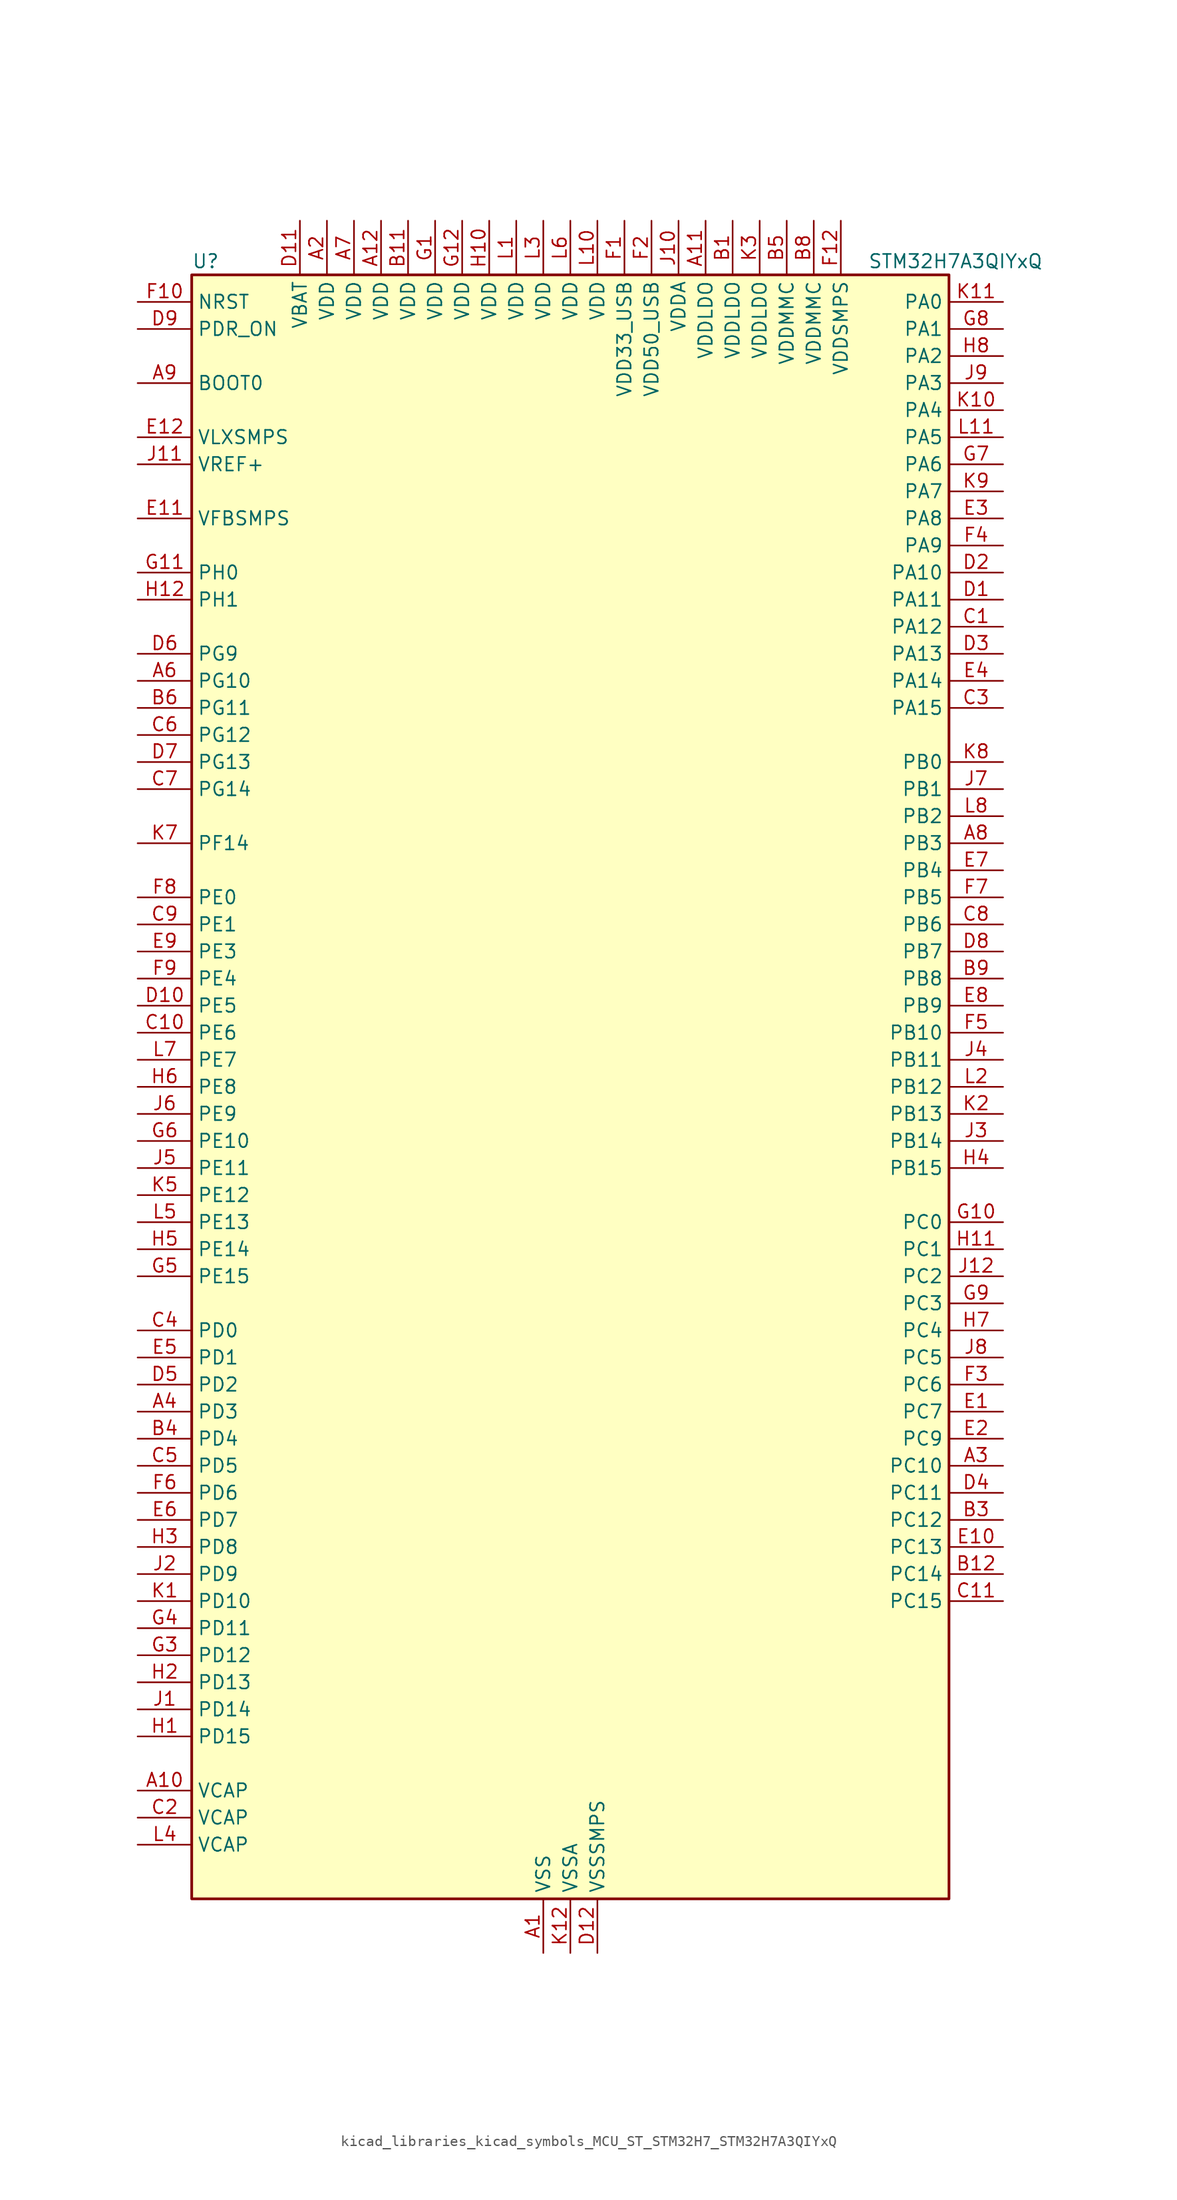
<source format=kicad_sym>
(kicad_symbol_lib
  (version 20220914)
  (generator kicad_symbol_editor)
  (symbol "kicad_libraries_kicad_symbols_MCU_ST_STM32H7_STM32H7A3QIYxQ"
    (property "Reference" "U"
      (at -35.56 77.47 0)
      (effects (font (size 1.27 1.27)) (justify left)))
    (property "Value" "STM32H7A3QIYxQ"
      (at 27.94 77.47 0)
      (effects (font (size 1.27 1.27)) (justify left)))
    (property "ki_locked" ""
      (at 0 0 0)
      (effects (font (size 1.27 1.27))))
    (symbol "kicad_libraries_kicad_symbols_MCU_ST_STM32H7_STM32H7A3QIYxQ_0_1"
      (rectangle (start -35.56 -76.2) (end 35.56 76.2) (stroke (width 0.254) (type default)) (fill (type background))))
    (symbol "kicad_libraries_kicad_symbols_MCU_ST_STM32H7_STM32H7A3QIYxQ_1_1"
      (pin power_in line (at -2.54 -81.28 90) (length 5.08) (name "VSS" (effects (font (size 1.27 1.27)))) (number "A1" (effects (font (size 1.27 1.27)))))
      (pin power_out line (at -40.64 -66.04 0) (length 5.08) (name "VCAP" (effects (font (size 1.27 1.27)))) (number "A10" (effects (font (size 1.27 1.27)))))
      (pin power_in line (at 12.7 81.28 270) (length 5.08) (name "VDDLDO" (effects (font (size 1.27 1.27)))) (number "A11" (effects (font (size 1.27 1.27)))))
      (pin power_in line (at -17.78 81.28 270) (length 5.08) (name "VDD" (effects (font (size 1.27 1.27)))) (number "A12" (effects (font (size 1.27 1.27)))))
      (pin power_in line (at -22.86 81.28 270) (length 5.08) (name "VDD" (effects (font (size 1.27 1.27)))) (number "A2" (effects (font (size 1.27 1.27)))))
      (pin bidirectional line (at 40.64 -35.56 180) (length 5.08) (name "PC10" (effects (font (size 1.27 1.27)))) (number "A3" (effects (font (size 1.27 1.27)))) (alternate "DCMI_D8" bidirectional line) (alternate "DFSDM1_CKIN5" bidirectional line) (alternate "DFSDM2_CKIN0" bidirectional line) (alternate "I2S3_CK" bidirectional line) (alternate "LTDC_B1" bidirectional line) (alternate "LTDC_R2" bidirectional line) (alternate "OCTOSPIM_P1_IO1" bidirectional line) (alternate "PSSI_D8" bidirectional line) (alternate "SDMMC1_D2" bidirectional line) (alternate "SPI3_SCK" bidirectional line) (alternate "SWPMI1_RX" bidirectional line) (alternate "UART4_TX" bidirectional line) (alternate "USART3_TX" bidirectional line))
      (pin bidirectional line (at -40.64 -30.48 0) (length 5.08) (name "PD3" (effects (font (size 1.27 1.27)))) (number "A4" (effects (font (size 1.27 1.27)))) (alternate "DCMI_D5" bidirectional line) (alternate "DFSDM1_CKOUT" bidirectional line) (alternate "FMC_CLK" bidirectional line) (alternate "I2S2_CK" bidirectional line) (alternate "LTDC_G7" bidirectional line) (alternate "PSSI_D5" bidirectional line) (alternate "SPI2_SCK" bidirectional line) (alternate "USART2_CTS" bidirectional line) (alternate "USART2_NSS" bidirectional line))
      (pin passive line (at -2.54 -81.28 90) (length 5.08) hide (name "VSS" (effects (font (size 1.27 1.27)))) (number "A5" (effects (font (size 1.27 1.27)))))
      (pin bidirectional line (at -40.64 38.1 0) (length 5.08) (name "PG10" (effects (font (size 1.27 1.27)))) (number "A6" (effects (font (size 1.27 1.27)))) (alternate "DCMI_D2" bidirectional line) (alternate "FMC_NE3" bidirectional line) (alternate "I2S1_WS" bidirectional line) (alternate "LTDC_B2" bidirectional line) (alternate "LTDC_G3" bidirectional line) (alternate "OCTOSPIM_P2_IO6" bidirectional line) (alternate "PSSI_D2" bidirectional line) (alternate "SAI2_SD_B" bidirectional line) (alternate "SDMMC2_D1" bidirectional line) (alternate "SPI1_NSS" bidirectional line))
      (pin power_in line (at -20.32 81.28 270) (length 5.08) (name "VDD" (effects (font (size 1.27 1.27)))) (number "A7" (effects (font (size 1.27 1.27)))))
      (pin bidirectional line (at 40.64 22.86 180) (length 5.08) (name "PB3" (effects (font (size 1.27 1.27)))) (number "A8" (effects (font (size 1.27 1.27)))) (alternate "CRS_SYNC" bidirectional line) (alternate "DEBUG_JTDO-SWO" bidirectional line) (alternate "I2S1_CK" bidirectional line) (alternate "I2S3_CK" bidirectional line) (alternate "I2S6_CK" bidirectional line) (alternate "SDMMC2_D2" bidirectional line) (alternate "SPI1_SCK" bidirectional line) (alternate "SPI3_SCK" bidirectional line) (alternate "SPI6_SCK" bidirectional line) (alternate "TIM2_CH2" bidirectional line) (alternate "UART7_RX" bidirectional line))
      (pin input line (at -40.64 66.04 0) (length 5.08) (name "BOOT0" (effects (font (size 1.27 1.27)))) (number "A9" (effects (font (size 1.27 1.27)))))
      (pin power_in line (at 15.24 81.28 270) (length 5.08) (name "VDDLDO" (effects (font (size 1.27 1.27)))) (number "B1" (effects (font (size 1.27 1.27)))))
      (pin passive line (at -2.54 -81.28 90) (length 5.08) hide (name "VSS" (effects (font (size 1.27 1.27)))) (number "B10" (effects (font (size 1.27 1.27)))))
      (pin power_in line (at -15.24 81.28 270) (length 5.08) (name "VDD" (effects (font (size 1.27 1.27)))) (number "B11" (effects (font (size 1.27 1.27)))))
      (pin bidirectional line (at 40.64 -45.72 180) (length 5.08) (name "PC14" (effects (font (size 1.27 1.27)))) (number "B12" (effects (font (size 1.27 1.27)))) (alternate "RCC_OSC32_IN" bidirectional line))
      (pin passive line (at -2.54 -81.28 90) (length 5.08) hide (name "VSS" (effects (font (size 1.27 1.27)))) (number "B2" (effects (font (size 1.27 1.27)))))
      (pin bidirectional line (at 40.64 -40.64 180) (length 5.08) (name "PC12" (effects (font (size 1.27 1.27)))) (number "B3" (effects (font (size 1.27 1.27)))) (alternate "DCMI_D9" bidirectional line) (alternate "DEBUG_TRACED3" bidirectional line) (alternate "DFSDM2_CKOUT" bidirectional line) (alternate "I2S3_SDO" bidirectional line) (alternate "I2S6_CK" bidirectional line) (alternate "LTDC_R6" bidirectional line) (alternate "PSSI_D9" bidirectional line) (alternate "SDMMC1_CK" bidirectional line) (alternate "SPI3_MOSI" bidirectional line) (alternate "SPI6_SCK" bidirectional line) (alternate "TIM15_CH1" bidirectional line) (alternate "UART5_TX" bidirectional line) (alternate "USART3_CK" bidirectional line))
      (pin bidirectional line (at -40.64 -33.02 0) (length 5.08) (name "PD4" (effects (font (size 1.27 1.27)))) (number "B4" (effects (font (size 1.27 1.27)))) (alternate "FMC_NOE" bidirectional line) (alternate "OCTOSPIM_P1_IO4" bidirectional line) (alternate "USART2_DE" bidirectional line) (alternate "USART2_RTS" bidirectional line))
      (pin power_in line (at 20.32 81.28 270) (length 5.08) (name "VDDMMC" (effects (font (size 1.27 1.27)))) (number "B5" (effects (font (size 1.27 1.27)))))
      (pin bidirectional line (at -40.64 35.56 0) (length 5.08) (name "PG11" (effects (font (size 1.27 1.27)))) (number "B6" (effects (font (size 1.27 1.27)))) (alternate "ADC1_EXTI11" bidirectional line) (alternate "ADC2_EXTI11" bidirectional line) (alternate "DCMI_D3" bidirectional line) (alternate "I2S1_CK" bidirectional line) (alternate "LPTIM1_IN2" bidirectional line) (alternate "LTDC_B3" bidirectional line) (alternate "OCTOSPIM_P2_IO7" bidirectional line) (alternate "PSSI_D3" bidirectional line) (alternate "SDMMC2_D2" bidirectional line) (alternate "SPDIFRX_IN0" bidirectional line) (alternate "SPI1_SCK" bidirectional line) (alternate "USART10_RX" bidirectional line))
      (pin passive line (at -2.54 -81.28 90) (length 5.08) hide (name "VSS" (effects (font (size 1.27 1.27)))) (number "B7" (effects (font (size 1.27 1.27)))))
      (pin power_in line (at 22.86 81.28 270) (length 5.08) (name "VDDMMC" (effects (font (size 1.27 1.27)))) (number "B8" (effects (font (size 1.27 1.27)))))
      (pin bidirectional line (at 40.64 10.16 180) (length 5.08) (name "PB8" (effects (font (size 1.27 1.27)))) (number "B9" (effects (font (size 1.27 1.27)))) (alternate "DCMI_D6" bidirectional line) (alternate "DFSDM1_CKIN7" bidirectional line) (alternate "FDCAN1_RX" bidirectional line) (alternate "I2C1_SCL" bidirectional line) (alternate "I2C4_SCL" bidirectional line) (alternate "LTDC_B6" bidirectional line) (alternate "PSSI_D6" bidirectional line) (alternate "SDMMC1_CKIN" bidirectional line) (alternate "SDMMC1_D4" bidirectional line) (alternate "SDMMC2_D4" bidirectional line) (alternate "TIM16_CH1" bidirectional line) (alternate "TIM4_CH3" bidirectional line) (alternate "UART4_RX" bidirectional line))
      (pin bidirectional line (at 40.64 43.18 180) (length 5.08) (name "PA12" (effects (font (size 1.27 1.27)))) (number "C1" (effects (font (size 1.27 1.27)))) (alternate "FDCAN1_TX" bidirectional line) (alternate "I2S2_CK" bidirectional line) (alternate "LPUART1_DE" bidirectional line) (alternate "LPUART1_RTS" bidirectional line) (alternate "LTDC_R5" bidirectional line) (alternate "SAI2_FS_B" bidirectional line) (alternate "SPI2_SCK" bidirectional line) (alternate "TIM1_ETR" bidirectional line) (alternate "UART4_TX" bidirectional line) (alternate "USART1_DE" bidirectional line) (alternate "USART1_RTS" bidirectional line) (alternate "USB_OTG_HS_DP" bidirectional line))
      (pin bidirectional line (at -40.64 5.08 0) (length 5.08) (name "PE6" (effects (font (size 1.27 1.27)))) (number "C10" (effects (font (size 1.27 1.27)))) (alternate "DCMI_D7" bidirectional line) (alternate "DEBUG_TRACED3" bidirectional line) (alternate "FMC_A22" bidirectional line) (alternate "LTDC_G1" bidirectional line) (alternate "PSSI_D7" bidirectional line) (alternate "SAI1_D1" bidirectional line) (alternate "SAI1_SD_A" bidirectional line) (alternate "SAI2_MCLK_B" bidirectional line) (alternate "SPI4_MOSI" bidirectional line) (alternate "TIM15_CH2" bidirectional line) (alternate "TIM1_BKIN2" bidirectional line) (alternate "TIM1_BKIN2_COMP1" bidirectional line) (alternate "TIM1_BKIN2_COMP2" bidirectional line))
      (pin bidirectional line (at 40.64 -48.26 180) (length 5.08) (name "PC15" (effects (font (size 1.27 1.27)))) (number "C11" (effects (font (size 1.27 1.27)))) (alternate "ADC1_EXTI15" bidirectional line) (alternate "ADC2_EXTI15" bidirectional line) (alternate "RCC_OSC32_OUT" bidirectional line))
      (pin passive line (at -2.54 -81.28 90) (length 5.08) hide (name "VSS" (effects (font (size 1.27 1.27)))) (number "C12" (effects (font (size 1.27 1.27)))))
      (pin power_out line (at -40.64 -68.58 0) (length 5.08) (name "VCAP" (effects (font (size 1.27 1.27)))) (number "C2" (effects (font (size 1.27 1.27)))))
      (pin bidirectional line (at 40.64 35.56 180) (length 5.08) (name "PA15" (effects (font (size 1.27 1.27)))) (number "C3" (effects (font (size 1.27 1.27)))) (alternate "ADC1_EXTI15" bidirectional line) (alternate "ADC2_EXTI15" bidirectional line) (alternate "CEC" bidirectional line) (alternate "DEBUG_JTDI" bidirectional line) (alternate "I2S1_WS" bidirectional line) (alternate "I2S3_WS" bidirectional line) (alternate "I2S6_WS" bidirectional line) (alternate "LTDC_B6" bidirectional line) (alternate "LTDC_R3" bidirectional line) (alternate "SPI1_NSS" bidirectional line) (alternate "SPI3_NSS" bidirectional line) (alternate "SPI6_NSS" bidirectional line) (alternate "TIM2_CH1" bidirectional line) (alternate "TIM2_ETR" bidirectional line) (alternate "UART4_DE" bidirectional line) (alternate "UART4_RTS" bidirectional line) (alternate "UART7_TX" bidirectional line))
      (pin bidirectional line (at -40.64 -22.86 0) (length 5.08) (name "PD0" (effects (font (size 1.27 1.27)))) (number "C4" (effects (font (size 1.27 1.27)))) (alternate "DFSDM1_CKIN6" bidirectional line) (alternate "FDCAN1_RX" bidirectional line) (alternate "FMC_D2" bidirectional line) (alternate "FMC_DA2" bidirectional line) (alternate "LTDC_B1" bidirectional line) (alternate "UART4_RX" bidirectional line) (alternate "UART9_CTS" bidirectional line))
      (pin bidirectional line (at -40.64 -35.56 0) (length 5.08) (name "PD5" (effects (font (size 1.27 1.27)))) (number "C5" (effects (font (size 1.27 1.27)))) (alternate "FMC_NWE" bidirectional line) (alternate "OCTOSPIM_P1_IO5" bidirectional line) (alternate "USART2_TX" bidirectional line))
      (pin bidirectional line (at -40.64 33.02 0) (length 5.08) (name "PG12" (effects (font (size 1.27 1.27)))) (number "C6" (effects (font (size 1.27 1.27)))) (alternate "FMC_NE4" bidirectional line) (alternate "I2S6_SDI" bidirectional line) (alternate "LPTIM1_IN1" bidirectional line) (alternate "LTDC_B1" bidirectional line) (alternate "LTDC_B4" bidirectional line) (alternate "OCTOSPIM_P2_NCS" bidirectional line) (alternate "SDMMC2_D3" bidirectional line) (alternate "SPDIFRX_IN1" bidirectional line) (alternate "SPI6_MISO" bidirectional line) (alternate "USART10_TX" bidirectional line) (alternate "USART6_DE" bidirectional line) (alternate "USART6_RTS" bidirectional line))
      (pin bidirectional line (at -40.64 27.94 0) (length 5.08) (name "PG14" (effects (font (size 1.27 1.27)))) (number "C7" (effects (font (size 1.27 1.27)))) (alternate "DEBUG_TRACED1" bidirectional line) (alternate "FMC_A25" bidirectional line) (alternate "I2S6_SDO" bidirectional line) (alternate "LPTIM1_ETR" bidirectional line) (alternate "LTDC_B0" bidirectional line) (alternate "OCTOSPIM_P1_IO7" bidirectional line) (alternate "SDMMC2_D7" bidirectional line) (alternate "SPI6_MOSI" bidirectional line) (alternate "USART10_DE" bidirectional line) (alternate "USART10_RTS" bidirectional line) (alternate "USART6_TX" bidirectional line))
      (pin bidirectional line (at 40.64 15.24 180) (length 5.08) (name "PB6" (effects (font (size 1.27 1.27)))) (number "C8" (effects (font (size 1.27 1.27)))) (alternate "CEC" bidirectional line) (alternate "DCMI_D5" bidirectional line) (alternate "DFSDM1_DATIN5" bidirectional line) (alternate "FDCAN2_TX" bidirectional line) (alternate "FMC_SDNE1" bidirectional line) (alternate "I2C1_SCL" bidirectional line) (alternate "I2C4_SCL" bidirectional line) (alternate "LPUART1_TX" bidirectional line) (alternate "OCTOSPIM_P1_NCS" bidirectional line) (alternate "PSSI_D5" bidirectional line) (alternate "TIM16_CH1N" bidirectional line) (alternate "TIM4_CH1" bidirectional line) (alternate "UART5_TX" bidirectional line) (alternate "USART1_TX" bidirectional line))
      (pin bidirectional line (at -40.64 15.24 0) (length 5.08) (name "PE1" (effects (font (size 1.27 1.27)))) (number "C9" (effects (font (size 1.27 1.27)))) (alternate "DCMI_D3" bidirectional line) (alternate "FMC_NBL1" bidirectional line) (alternate "LPTIM1_IN2" bidirectional line) (alternate "LTDC_R6" bidirectional line) (alternate "PSSI_D3" bidirectional line) (alternate "UART8_TX" bidirectional line))
      (pin bidirectional line (at 40.64 45.72 180) (length 5.08) (name "PA11" (effects (font (size 1.27 1.27)))) (number "D1" (effects (font (size 1.27 1.27)))) (alternate "ADC1_EXTI11" bidirectional line) (alternate "ADC2_EXTI11" bidirectional line) (alternate "FDCAN1_RX" bidirectional line) (alternate "I2S2_WS" bidirectional line) (alternate "LPUART1_CTS" bidirectional line) (alternate "LTDC_R4" bidirectional line) (alternate "SPI2_NSS" bidirectional line) (alternate "TIM1_CH4" bidirectional line) (alternate "UART4_RX" bidirectional line) (alternate "USART1_CTS" bidirectional line) (alternate "USART1_NSS" bidirectional line) (alternate "USB_OTG_HS_DM" bidirectional line))
      (pin bidirectional line (at -40.64 7.62 0) (length 5.08) (name "PE5" (effects (font (size 1.27 1.27)))) (number "D10" (effects (font (size 1.27 1.27)))) (alternate "DCMI_D6" bidirectional line) (alternate "DEBUG_TRACED2" bidirectional line) (alternate "DFSDM1_CKIN3" bidirectional line) (alternate "FMC_A21" bidirectional line) (alternate "LTDC_G0" bidirectional line) (alternate "PSSI_D6" bidirectional line) (alternate "SAI1_CK2" bidirectional line) (alternate "SAI1_SCK_A" bidirectional line) (alternate "SPI4_MISO" bidirectional line) (alternate "TIM15_CH1" bidirectional line))
      (pin power_in line (at -25.4 81.28 270) (length 5.08) (name "VBAT" (effects (font (size 1.27 1.27)))) (number "D11" (effects (font (size 1.27 1.27)))))
      (pin power_in line (at 2.54 -81.28 90) (length 5.08) (name "VSSSMPS" (effects (font (size 1.27 1.27)))) (number "D12" (effects (font (size 1.27 1.27)))))
      (pin bidirectional line (at 40.64 48.26 180) (length 5.08) (name "PA10" (effects (font (size 1.27 1.27)))) (number "D2" (effects (font (size 1.27 1.27)))) (alternate "DCMI_D1" bidirectional line) (alternate "LPUART1_RX" bidirectional line) (alternate "LTDC_B1" bidirectional line) (alternate "LTDC_B4" bidirectional line) (alternate "MDIOS_MDIO" bidirectional line) (alternate "PSSI_D1" bidirectional line) (alternate "TIM1_CH3" bidirectional line) (alternate "USART1_RX" bidirectional line) (alternate "USB_OTG_HS_ID" bidirectional line))
      (pin bidirectional line (at 40.64 40.64 180) (length 5.08) (name "PA13" (effects (font (size 1.27 1.27)))) (number "D3" (effects (font (size 1.27 1.27)))) (alternate "DEBUG_JTMS-SWDIO" bidirectional line))
      (pin bidirectional line (at 40.64 -38.1 180) (length 5.08) (name "PC11" (effects (font (size 1.27 1.27)))) (number "D4" (effects (font (size 1.27 1.27)))) (alternate "ADC1_EXTI11" bidirectional line) (alternate "ADC2_EXTI11" bidirectional line) (alternate "DCMI_D4" bidirectional line) (alternate "DFSDM1_DATIN5" bidirectional line) (alternate "DFSDM2_DATIN0" bidirectional line) (alternate "I2S3_SDI" bidirectional line) (alternate "LTDC_B4" bidirectional line) (alternate "OCTOSPIM_P1_NCS" bidirectional line) (alternate "PSSI_D4" bidirectional line) (alternate "SDMMC1_D3" bidirectional line) (alternate "SPI3_MISO" bidirectional line) (alternate "UART4_RX" bidirectional line) (alternate "USART3_RX" bidirectional line))
      (pin bidirectional line (at -40.64 -27.94 0) (length 5.08) (name "PD2" (effects (font (size 1.27 1.27)))) (number "D5" (effects (font (size 1.27 1.27)))) (alternate "DCMI_D11" bidirectional line) (alternate "DEBUG_TRACED2" bidirectional line) (alternate "LTDC_B2" bidirectional line) (alternate "LTDC_B7" bidirectional line) (alternate "PSSI_D11" bidirectional line) (alternate "SDMMC1_CMD" bidirectional line) (alternate "TIM15_BKIN" bidirectional line) (alternate "TIM3_ETR" bidirectional line) (alternate "UART5_RX" bidirectional line))
      (pin bidirectional line (at -40.64 40.64 0) (length 5.08) (name "PG9" (effects (font (size 1.27 1.27)))) (number "D6" (effects (font (size 1.27 1.27)))) (alternate "DAC1_EXTI9" bidirectional line) (alternate "DCMI_VSYNC" bidirectional line) (alternate "FMC_NCE" bidirectional line) (alternate "FMC_NE2" bidirectional line) (alternate "I2S1_SDI" bidirectional line) (alternate "OCTOSPIM_P1_IO6" bidirectional line) (alternate "PSSI_RDY" bidirectional line) (alternate "SAI2_FS_B" bidirectional line) (alternate "SDMMC2_D0" bidirectional line) (alternate "SPDIFRX_IN3" bidirectional line) (alternate "SPI1_MISO" bidirectional line) (alternate "USART6_RX" bidirectional line))
      (pin bidirectional line (at -40.64 30.48 0) (length 5.08) (name "PG13" (effects (font (size 1.27 1.27)))) (number "D7" (effects (font (size 1.27 1.27)))) (alternate "DEBUG_TRACED0" bidirectional line) (alternate "FMC_A24" bidirectional line) (alternate "I2S6_CK" bidirectional line) (alternate "LPTIM1_OUT" bidirectional line) (alternate "LTDC_R0" bidirectional line) (alternate "SDMMC2_D6" bidirectional line) (alternate "SPI6_SCK" bidirectional line) (alternate "USART10_CTS" bidirectional line) (alternate "USART10_NSS" bidirectional line) (alternate "USART6_CTS" bidirectional line) (alternate "USART6_NSS" bidirectional line))
      (pin bidirectional line (at 40.64 12.7 180) (length 5.08) (name "PB7" (effects (font (size 1.27 1.27)))) (number "D8" (effects (font (size 1.27 1.27)))) (alternate "DCMI_VSYNC" bidirectional line) (alternate "DFSDM1_CKIN5" bidirectional line) (alternate "FMC_NL" bidirectional line) (alternate "I2C1_SDA" bidirectional line) (alternate "I2C4_SDA" bidirectional line) (alternate "LPUART1_RX" bidirectional line) (alternate "PSSI_RDY" bidirectional line) (alternate "PWR_PVD_IN" bidirectional line) (alternate "TIM17_CH1N" bidirectional line) (alternate "TIM4_CH2" bidirectional line) (alternate "USART1_RX" bidirectional line))
      (pin input line (at -40.64 71.12 0) (length 5.08) (name "PDR_ON" (effects (font (size 1.27 1.27)))) (number "D9" (effects (font (size 1.27 1.27)))))
      (pin bidirectional line (at 40.64 -30.48 180) (length 5.08) (name "PC7" (effects (font (size 1.27 1.27)))) (number "E1" (effects (font (size 1.27 1.27)))) (alternate "DCMI_D1" bidirectional line) (alternate "DEBUG_TRGIO" bidirectional line) (alternate "DFSDM1_DATIN3" bidirectional line) (alternate "FMC_NE1" bidirectional line) (alternate "I2S3_MCK" bidirectional line) (alternate "LTDC_G6" bidirectional line) (alternate "PSSI_D1" bidirectional line) (alternate "SDMMC1_D123DIR" bidirectional line) (alternate "SDMMC1_D7" bidirectional line) (alternate "SDMMC2_D7" bidirectional line) (alternate "SWPMI1_TX" bidirectional line) (alternate "TIM3_CH2" bidirectional line) (alternate "TIM8_CH2" bidirectional line) (alternate "USART6_RX" bidirectional line))
      (pin bidirectional line (at 40.64 -43.18 180) (length 5.08) (name "PC13" (effects (font (size 1.27 1.27)))) (number "E10" (effects (font (size 1.27 1.27)))) (alternate "PWR_WKUP4" bidirectional line) (alternate "RTC_OUT_ALARM" bidirectional line) (alternate "RTC_OUT_CALIB" bidirectional line) (alternate "RTC_TAMP1" bidirectional line) (alternate "RTC_TS" bidirectional line))
      (pin input line (at -40.64 53.34 0) (length 5.08) (name "VFBSMPS" (effects (font (size 1.27 1.27)))) (number "E11" (effects (font (size 1.27 1.27)))))
      (pin power_in line (at -40.64 60.96 0) (length 5.08) (name "VLXSMPS" (effects (font (size 1.27 1.27)))) (number "E12" (effects (font (size 1.27 1.27)))))
      (pin bidirectional line (at 40.64 -33.02 180) (length 5.08) (name "PC9" (effects (font (size 1.27 1.27)))) (number "E2" (effects (font (size 1.27 1.27)))) (alternate "DAC1_EXTI9" bidirectional line) (alternate "DCMI_D3" bidirectional line) (alternate "I2C3_SDA" bidirectional line) (alternate "I2S_CKIN" bidirectional line) (alternate "LTDC_B2" bidirectional line) (alternate "LTDC_G3" bidirectional line) (alternate "OCTOSPIM_P1_IO0" bidirectional line) (alternate "PSSI_D3" bidirectional line) (alternate "RCC_MCO_2" bidirectional line) (alternate "SDMMC1_D1" bidirectional line) (alternate "SWPMI1_SUSPEND" bidirectional line) (alternate "TIM3_CH4" bidirectional line) (alternate "TIM8_CH4" bidirectional line) (alternate "UART5_CTS" bidirectional line))
      (pin bidirectional line (at 40.64 53.34 180) (length 5.08) (name "PA8" (effects (font (size 1.27 1.27)))) (number "E3" (effects (font (size 1.27 1.27)))) (alternate "I2C3_SCL" bidirectional line) (alternate "LTDC_B3" bidirectional line) (alternate "LTDC_R6" bidirectional line) (alternate "RCC_MCO_1" bidirectional line) (alternate "TIM1_CH1" bidirectional line) (alternate "TIM8_BKIN2" bidirectional line) (alternate "TIM8_BKIN2_COMP1" bidirectional line) (alternate "TIM8_BKIN2_COMP2" bidirectional line) (alternate "UART7_RX" bidirectional line) (alternate "USART1_CK" bidirectional line) (alternate "USB_OTG_HS_SOF" bidirectional line))
      (pin bidirectional line (at 40.64 38.1 180) (length 5.08) (name "PA14" (effects (font (size 1.27 1.27)))) (number "E4" (effects (font (size 1.27 1.27)))) (alternate "DEBUG_JTCK-SWCLK" bidirectional line))
      (pin bidirectional line (at -40.64 -25.4 0) (length 5.08) (name "PD1" (effects (font (size 1.27 1.27)))) (number "E5" (effects (font (size 1.27 1.27)))) (alternate "DFSDM1_DATIN6" bidirectional line) (alternate "FDCAN1_TX" bidirectional line) (alternate "FMC_D3" bidirectional line) (alternate "FMC_DA3" bidirectional line) (alternate "UART4_TX" bidirectional line))
      (pin bidirectional line (at -40.64 -40.64 0) (length 5.08) (name "PD7" (effects (font (size 1.27 1.27)))) (number "E6" (effects (font (size 1.27 1.27)))) (alternate "DFSDM1_CKIN1" bidirectional line) (alternate "DFSDM1_DATIN4" bidirectional line) (alternate "FMC_NE1" bidirectional line) (alternate "I2S1_SDO" bidirectional line) (alternate "OCTOSPIM_P1_IO7" bidirectional line) (alternate "SDMMC2_CMD" bidirectional line) (alternate "SPDIFRX_IN0" bidirectional line) (alternate "SPI1_MOSI" bidirectional line) (alternate "USART2_CK" bidirectional line))
      (pin bidirectional line (at 40.64 20.32 180) (length 5.08) (name "PB4" (effects (font (size 1.27 1.27)))) (number "E7" (effects (font (size 1.27 1.27)))) (alternate "DEBUG_JTRST" bidirectional line) (alternate "I2S1_SDI" bidirectional line) (alternate "I2S2_WS" bidirectional line) (alternate "I2S3_SDI" bidirectional line) (alternate "I2S6_SDI" bidirectional line) (alternate "SDMMC2_D3" bidirectional line) (alternate "SPI1_MISO" bidirectional line) (alternate "SPI2_NSS" bidirectional line) (alternate "SPI3_MISO" bidirectional line) (alternate "SPI6_MISO" bidirectional line) (alternate "TIM16_BKIN" bidirectional line) (alternate "TIM3_CH1" bidirectional line) (alternate "UART7_TX" bidirectional line))
      (pin bidirectional line (at 40.64 7.62 180) (length 5.08) (name "PB9" (effects (font (size 1.27 1.27)))) (number "E8" (effects (font (size 1.27 1.27)))) (alternate "DAC1_EXTI9" bidirectional line) (alternate "DCMI_D7" bidirectional line) (alternate "DFSDM1_DATIN7" bidirectional line) (alternate "FDCAN1_TX" bidirectional line) (alternate "I2C1_SDA" bidirectional line) (alternate "I2C4_SDA" bidirectional line) (alternate "I2C4_SMBA" bidirectional line) (alternate "I2S2_WS" bidirectional line) (alternate "LTDC_B7" bidirectional line) (alternate "PSSI_D7" bidirectional line) (alternate "SDMMC1_CDIR" bidirectional line) (alternate "SDMMC1_D5" bidirectional line) (alternate "SDMMC2_D5" bidirectional line) (alternate "SPI2_NSS" bidirectional line) (alternate "TIM17_CH1" bidirectional line) (alternate "TIM4_CH4" bidirectional line) (alternate "UART4_TX" bidirectional line))
      (pin bidirectional line (at -40.64 12.7 0) (length 5.08) (name "PE3" (effects (font (size 1.27 1.27)))) (number "E9" (effects (font (size 1.27 1.27)))) (alternate "DEBUG_TRACED0" bidirectional line) (alternate "FMC_A19" bidirectional line) (alternate "SAI1_SD_B" bidirectional line) (alternate "TIM15_BKIN" bidirectional line) (alternate "USART10_TX" bidirectional line))
      (pin power_in line (at 5.08 81.28 270) (length 5.08) (name "VDD33_USB" (effects (font (size 1.27 1.27)))) (number "F1" (effects (font (size 1.27 1.27)))))
      (pin input line (at -40.64 73.66 0) (length 5.08) (name "NRST" (effects (font (size 1.27 1.27)))) (number "F10" (effects (font (size 1.27 1.27)))))
      (pin passive line (at -2.54 -81.28 90) (length 5.08) hide (name "VSS" (effects (font (size 1.27 1.27)))) (number "F11" (effects (font (size 1.27 1.27)))))
      (pin power_in line (at 25.4 81.28 270) (length 5.08) (name "VDDSMPS" (effects (font (size 1.27 1.27)))) (number "F12" (effects (font (size 1.27 1.27)))))
      (pin power_in line (at 7.62 81.28 270) (length 5.08) (name "VDD50_USB" (effects (font (size 1.27 1.27)))) (number "F2" (effects (font (size 1.27 1.27)))))
      (pin bidirectional line (at 40.64 -27.94 180) (length 5.08) (name "PC6" (effects (font (size 1.27 1.27)))) (number "F3" (effects (font (size 1.27 1.27)))) (alternate "DCMI_D0" bidirectional line) (alternate "DFSDM1_CKIN3" bidirectional line) (alternate "FMC_NWAIT" bidirectional line) (alternate "I2S2_MCK" bidirectional line) (alternate "LTDC_HSYNC" bidirectional line) (alternate "PSSI_D0" bidirectional line) (alternate "SDMMC1_D0DIR" bidirectional line) (alternate "SDMMC1_D6" bidirectional line) (alternate "SDMMC2_D6" bidirectional line) (alternate "SWPMI1_IO" bidirectional line) (alternate "TIM3_CH1" bidirectional line) (alternate "TIM8_CH1" bidirectional line) (alternate "USART6_TX" bidirectional line))
      (pin bidirectional line (at 40.64 50.8 180) (length 5.08) (name "PA9" (effects (font (size 1.27 1.27)))) (number "F4" (effects (font (size 1.27 1.27)))) (alternate "DAC1_EXTI9" bidirectional line) (alternate "DCMI_D0" bidirectional line) (alternate "I2C3_SMBA" bidirectional line) (alternate "I2S2_CK" bidirectional line) (alternate "LPUART1_TX" bidirectional line) (alternate "LTDC_R5" bidirectional line) (alternate "PSSI_D0" bidirectional line) (alternate "SPI2_SCK" bidirectional line) (alternate "TIM1_CH2" bidirectional line) (alternate "USART1_TX" bidirectional line) (alternate "USB_OTG_HS_VBUS" bidirectional line))
      (pin bidirectional line (at 40.64 5.08 180) (length 5.08) (name "PB10" (effects (font (size 1.27 1.27)))) (number "F5" (effects (font (size 1.27 1.27)))) (alternate "DFSDM1_DATIN7" bidirectional line) (alternate "I2C2_SCL" bidirectional line) (alternate "I2S2_CK" bidirectional line) (alternate "LPTIM2_IN1" bidirectional line) (alternate "LTDC_G4" bidirectional line) (alternate "OCTOSPIM_P1_NCS" bidirectional line) (alternate "SPI2_SCK" bidirectional line) (alternate "TIM2_CH3" bidirectional line) (alternate "USART3_TX" bidirectional line) (alternate "USB_OTG_HS_ULPI_D3" bidirectional line))
      (pin bidirectional line (at -40.64 -38.1 0) (length 5.08) (name "PD6" (effects (font (size 1.27 1.27)))) (number "F6" (effects (font (size 1.27 1.27)))) (alternate "DCMI_D10" bidirectional line) (alternate "DFSDM1_CKIN4" bidirectional line) (alternate "DFSDM1_DATIN1" bidirectional line) (alternate "FMC_NWAIT" bidirectional line) (alternate "I2S3_SDO" bidirectional line) (alternate "LTDC_B2" bidirectional line) (alternate "OCTOSPIM_P1_IO6" bidirectional line) (alternate "PSSI_D10" bidirectional line) (alternate "SAI1_D1" bidirectional line) (alternate "SAI1_SD_A" bidirectional line) (alternate "SDMMC2_CK" bidirectional line) (alternate "SPI3_MOSI" bidirectional line) (alternate "USART2_RX" bidirectional line))
      (pin bidirectional line (at 40.64 17.78 180) (length 5.08) (name "PB5" (effects (font (size 1.27 1.27)))) (number "F7" (effects (font (size 1.27 1.27)))) (alternate "DCMI_D10" bidirectional line) (alternate "FDCAN2_RX" bidirectional line) (alternate "FMC_SDCKE1" bidirectional line) (alternate "I2C1_SMBA" bidirectional line) (alternate "I2C4_SMBA" bidirectional line) (alternate "I2S1_SDO" bidirectional line) (alternate "I2S3_SDO" bidirectional line) (alternate "I2S6_SDO" bidirectional line) (alternate "LTDC_B5" bidirectional line) (alternate "PSSI_D10" bidirectional line) (alternate "SPI1_MOSI" bidirectional line) (alternate "SPI3_MOSI" bidirectional line) (alternate "SPI6_MOSI" bidirectional line) (alternate "TIM17_BKIN" bidirectional line) (alternate "TIM3_CH2" bidirectional line) (alternate "UART5_RX" bidirectional line) (alternate "USB_OTG_HS_ULPI_D7" bidirectional line))
      (pin bidirectional line (at -40.64 17.78 0) (length 5.08) (name "PE0" (effects (font (size 1.27 1.27)))) (number "F8" (effects (font (size 1.27 1.27)))) (alternate "DCMI_D2" bidirectional line) (alternate "FMC_NBL0" bidirectional line) (alternate "LPTIM1_ETR" bidirectional line) (alternate "LPTIM2_ETR" bidirectional line) (alternate "LTDC_R0" bidirectional line) (alternate "PSSI_D2" bidirectional line) (alternate "SAI2_MCLK_A" bidirectional line) (alternate "TIM4_ETR" bidirectional line) (alternate "UART8_RX" bidirectional line))
      (pin bidirectional line (at -40.64 10.16 0) (length 5.08) (name "PE4" (effects (font (size 1.27 1.27)))) (number "F9" (effects (font (size 1.27 1.27)))) (alternate "DCMI_D4" bidirectional line) (alternate "DEBUG_TRACED1" bidirectional line) (alternate "DFSDM1_DATIN3" bidirectional line) (alternate "FMC_A20" bidirectional line) (alternate "LTDC_B0" bidirectional line) (alternate "PSSI_D4" bidirectional line) (alternate "SAI1_D2" bidirectional line) (alternate "SAI1_FS_A" bidirectional line) (alternate "SPI4_NSS" bidirectional line) (alternate "TIM15_CH1N" bidirectional line))
      (pin power_in line (at -12.7 81.28 270) (length 5.08) (name "VDD" (effects (font (size 1.27 1.27)))) (number "G1" (effects (font (size 1.27 1.27)))))
      (pin bidirectional line (at 40.64 -12.7 180) (length 5.08) (name "PC0" (effects (font (size 1.27 1.27)))) (number "G10" (effects (font (size 1.27 1.27)))) (alternate "ADC1_INP10" bidirectional line) (alternate "ADC2_INP10" bidirectional line) (alternate "DFSDM1_CKIN0" bidirectional line) (alternate "DFSDM1_DATIN4" bidirectional line) (alternate "FMC_A25" bidirectional line) (alternate "FMC_SDNWE" bidirectional line) (alternate "LTDC_G2" bidirectional line) (alternate "LTDC_R5" bidirectional line) (alternate "SAI2_FS_B" bidirectional line) (alternate "USB_OTG_HS_ULPI_STP" bidirectional line))
      (pin bidirectional line (at -40.64 48.26 0) (length 5.08) (name "PH0" (effects (font (size 1.27 1.27)))) (number "G11" (effects (font (size 1.27 1.27)))) (alternate "RCC_OSC_IN" bidirectional line))
      (pin power_in line (at -10.16 81.28 270) (length 5.08) (name "VDD" (effects (font (size 1.27 1.27)))) (number "G12" (effects (font (size 1.27 1.27)))))
      (pin passive line (at -2.54 -81.28 90) (length 5.08) hide (name "VSS" (effects (font (size 1.27 1.27)))) (number "G2" (effects (font (size 1.27 1.27)))))
      (pin bidirectional line (at -40.64 -53.34 0) (length 5.08) (name "PD12" (effects (font (size 1.27 1.27)))) (number "G3" (effects (font (size 1.27 1.27)))) (alternate "DCMI_D12" bidirectional line) (alternate "FMC_A17" bidirectional line) (alternate "FMC_ALE" bidirectional line) (alternate "I2C4_SCL" bidirectional line) (alternate "LPTIM1_IN1" bidirectional line) (alternate "LPTIM2_IN1" bidirectional line) (alternate "OCTOSPIM_P1_IO1" bidirectional line) (alternate "PSSI_D12" bidirectional line) (alternate "SAI2_FS_A" bidirectional line) (alternate "TIM4_CH1" bidirectional line) (alternate "USART3_DE" bidirectional line) (alternate "USART3_RTS" bidirectional line))
      (pin bidirectional line (at -40.64 -50.8 0) (length 5.08) (name "PD11" (effects (font (size 1.27 1.27)))) (number "G4" (effects (font (size 1.27 1.27)))) (alternate "ADC1_EXTI11" bidirectional line) (alternate "ADC2_EXTI11" bidirectional line) (alternate "FMC_A16" bidirectional line) (alternate "FMC_CLE" bidirectional line) (alternate "I2C4_SMBA" bidirectional line) (alternate "LPTIM2_IN2" bidirectional line) (alternate "OCTOSPIM_P1_IO0" bidirectional line) (alternate "SAI2_SD_A" bidirectional line) (alternate "USART3_CTS" bidirectional line) (alternate "USART3_NSS" bidirectional line))
      (pin bidirectional line (at -40.64 -17.78 0) (length 5.08) (name "PE15" (effects (font (size 1.27 1.27)))) (number "G5" (effects (font (size 1.27 1.27)))) (alternate "ADC1_EXTI15" bidirectional line) (alternate "ADC2_EXTI15" bidirectional line) (alternate "FMC_D12" bidirectional line) (alternate "FMC_DA12" bidirectional line) (alternate "LTDC_R7" bidirectional line) (alternate "TIM1_BKIN" bidirectional line) (alternate "TIM1_BKIN_COMP1" bidirectional line) (alternate "TIM1_BKIN_COMP2" bidirectional line) (alternate "USART10_CK" bidirectional line))
      (pin bidirectional line (at -40.64 -5.08 0) (length 5.08) (name "PE10" (effects (font (size 1.27 1.27)))) (number "G6" (effects (font (size 1.27 1.27)))) (alternate "COMP2_INM" bidirectional line) (alternate "DFSDM1_DATIN4" bidirectional line) (alternate "FMC_D7" bidirectional line) (alternate "FMC_DA7" bidirectional line) (alternate "OCTOSPIM_P1_IO7" bidirectional line) (alternate "TIM1_CH2N" bidirectional line) (alternate "UART7_CTS" bidirectional line))
      (pin bidirectional line (at 40.64 58.42 180) (length 5.08) (name "PA6" (effects (font (size 1.27 1.27)))) (number "G7" (effects (font (size 1.27 1.27)))) (alternate "ADC1_INP3" bidirectional line) (alternate "ADC2_INP3" bidirectional line) (alternate "DAC2_OUT1" bidirectional line) (alternate "DCMI_PIXCLK" bidirectional line) (alternate "I2S1_SDI" bidirectional line) (alternate "I2S6_SDI" bidirectional line) (alternate "LTDC_G2" bidirectional line) (alternate "MDIOS_MDC" bidirectional line) (alternate "OCTOSPIM_P1_IO3" bidirectional line) (alternate "PSSI_PDCK" bidirectional line) (alternate "SPI1_MISO" bidirectional line) (alternate "SPI6_MISO" bidirectional line) (alternate "TIM13_CH1" bidirectional line) (alternate "TIM1_BKIN" bidirectional line) (alternate "TIM1_BKIN_COMP1" bidirectional line) (alternate "TIM1_BKIN_COMP2" bidirectional line) (alternate "TIM3_CH1" bidirectional line) (alternate "TIM8_BKIN" bidirectional line) (alternate "TIM8_BKIN_COMP1" bidirectional line) (alternate "TIM8_BKIN_COMP2" bidirectional line))
      (pin bidirectional line (at 40.64 71.12 180) (length 5.08) (name "PA1" (effects (font (size 1.27 1.27)))) (number "G8" (effects (font (size 1.27 1.27)))) (alternate "ADC1_INN16" bidirectional line) (alternate "ADC1_INP17" bidirectional line) (alternate "LPTIM3_OUT" bidirectional line) (alternate "LTDC_R2" bidirectional line) (alternate "OCTOSPIM_P1_DQS" bidirectional line) (alternate "OCTOSPIM_P1_IO3" bidirectional line) (alternate "SAI2_MCLK_B" bidirectional line) (alternate "TIM15_CH1N" bidirectional line) (alternate "TIM2_CH2" bidirectional line) (alternate "TIM5_CH2" bidirectional line) (alternate "UART4_RX" bidirectional line) (alternate "USART2_DE" bidirectional line) (alternate "USART2_RTS" bidirectional line))
      (pin bidirectional line (at 40.64 -20.32 180) (length 5.08) (name "PC3" (effects (font (size 1.27 1.27)))) (number "G9" (effects (font (size 1.27 1.27)))) (alternate "ADC1_INN12" bidirectional line) (alternate "ADC1_INP13" bidirectional line) (alternate "ADC2_INN12" bidirectional line) (alternate "ADC2_INP13" bidirectional line) (alternate "DFSDM1_DATIN1" bidirectional line) (alternate "FMC_SDCKE0" bidirectional line) (alternate "I2S2_SDO" bidirectional line) (alternate "OCTOSPIM_P1_IO0" bidirectional line) (alternate "OCTOSPIM_P1_IO6" bidirectional line) (alternate "PWR_CSLEEP" bidirectional line) (alternate "SPI2_MOSI" bidirectional line) (alternate "USB_OTG_HS_ULPI_NXT" bidirectional line))
      (pin bidirectional line (at -40.64 -60.96 0) (length 5.08) (name "PD15" (effects (font (size 1.27 1.27)))) (number "H1" (effects (font (size 1.27 1.27)))) (alternate "ADC1_EXTI15" bidirectional line) (alternate "ADC2_EXTI15" bidirectional line) (alternate "FMC_D1" bidirectional line) (alternate "FMC_DA1" bidirectional line) (alternate "TIM4_CH4" bidirectional line) (alternate "UART8_DE" bidirectional line) (alternate "UART8_RTS" bidirectional line) (alternate "UART9_TX" bidirectional line))
      (pin power_in line (at -7.62 81.28 270) (length 5.08) (name "VDD" (effects (font (size 1.27 1.27)))) (number "H10" (effects (font (size 1.27 1.27)))))
      (pin bidirectional line (at 40.64 -15.24 180) (length 5.08) (name "PC1" (effects (font (size 1.27 1.27)))) (number "H11" (effects (font (size 1.27 1.27)))) (alternate "ADC1_INN10" bidirectional line) (alternate "ADC1_INP11" bidirectional line) (alternate "ADC2_INN10" bidirectional line) (alternate "ADC2_INP11" bidirectional line) (alternate "DEBUG_TRACED0" bidirectional line) (alternate "DFSDM1_CKIN4" bidirectional line) (alternate "DFSDM1_DATIN0" bidirectional line) (alternate "I2S2_SDO" bidirectional line) (alternate "LTDC_G5" bidirectional line) (alternate "MDIOS_MDC" bidirectional line) (alternate "OCTOSPIM_P1_IO4" bidirectional line) (alternate "PWR_WKUP6" bidirectional line) (alternate "RTC_TAMP3" bidirectional line) (alternate "SAI1_D1" bidirectional line) (alternate "SAI1_SD_A" bidirectional line) (alternate "SDMMC2_CK" bidirectional line) (alternate "SPI2_MOSI" bidirectional line))
      (pin bidirectional line (at -40.64 45.72 0) (length 5.08) (name "PH1" (effects (font (size 1.27 1.27)))) (number "H12" (effects (font (size 1.27 1.27)))) (alternate "RCC_OSC_OUT" bidirectional line))
      (pin bidirectional line (at -40.64 -55.88 0) (length 5.08) (name "PD13" (effects (font (size 1.27 1.27)))) (number "H2" (effects (font (size 1.27 1.27)))) (alternate "DCMI_D13" bidirectional line) (alternate "FMC_A18" bidirectional line) (alternate "I2C4_SDA" bidirectional line) (alternate "LPTIM1_OUT" bidirectional line) (alternate "OCTOSPIM_P1_IO3" bidirectional line) (alternate "PSSI_D13" bidirectional line) (alternate "SAI2_SCK_A" bidirectional line) (alternate "TIM4_CH2" bidirectional line) (alternate "UART9_DE" bidirectional line) (alternate "UART9_RTS" bidirectional line))
      (pin bidirectional line (at -40.64 -43.18 0) (length 5.08) (name "PD8" (effects (font (size 1.27 1.27)))) (number "H3" (effects (font (size 1.27 1.27)))) (alternate "DFSDM1_CKIN3" bidirectional line) (alternate "FMC_D13" bidirectional line) (alternate "FMC_DA13" bidirectional line) (alternate "SPDIFRX_IN1" bidirectional line) (alternate "USART3_TX" bidirectional line))
      (pin bidirectional line (at 40.64 -7.62 180) (length 5.08) (name "PB15" (effects (font (size 1.27 1.27)))) (number "H4" (effects (font (size 1.27 1.27)))) (alternate "ADC1_EXTI15" bidirectional line) (alternate "ADC2_EXTI15" bidirectional line) (alternate "DFSDM1_CKIN2" bidirectional line) (alternate "I2S2_SDO" bidirectional line) (alternate "LTDC_G7" bidirectional line) (alternate "RTC_REFIN" bidirectional line) (alternate "SDMMC2_D1" bidirectional line) (alternate "SPI2_MOSI" bidirectional line) (alternate "TIM12_CH2" bidirectional line) (alternate "TIM1_CH3N" bidirectional line) (alternate "TIM8_CH3N" bidirectional line) (alternate "UART4_CTS" bidirectional line) (alternate "USART1_RX" bidirectional line))
      (pin bidirectional line (at -40.64 -15.24 0) (length 5.08) (name "PE14" (effects (font (size 1.27 1.27)))) (number "H5" (effects (font (size 1.27 1.27)))) (alternate "FMC_D11" bidirectional line) (alternate "FMC_DA11" bidirectional line) (alternate "LTDC_CLK" bidirectional line) (alternate "SAI2_MCLK_B" bidirectional line) (alternate "SPI4_MOSI" bidirectional line) (alternate "TIM1_CH4" bidirectional line))
      (pin bidirectional line (at -40.64 0 0) (length 5.08) (name "PE8" (effects (font (size 1.27 1.27)))) (number "H6" (effects (font (size 1.27 1.27)))) (alternate "COMP2_OUT" bidirectional line) (alternate "DFSDM1_CKIN2" bidirectional line) (alternate "FMC_D5" bidirectional line) (alternate "FMC_DA5" bidirectional line) (alternate "OCTOSPIM_P1_IO5" bidirectional line) (alternate "OPAMP2_VINM" bidirectional line) (alternate "TIM1_CH1N" bidirectional line) (alternate "UART7_TX" bidirectional line))
      (pin bidirectional line (at 40.64 -22.86 180) (length 5.08) (name "PC4" (effects (font (size 1.27 1.27)))) (number "H7" (effects (font (size 1.27 1.27)))) (alternate "ADC1_INP4" bidirectional line) (alternate "ADC2_INP4" bidirectional line) (alternate "COMP1_INM" bidirectional line) (alternate "DFSDM1_CKIN2" bidirectional line) (alternate "FMC_SDNE0" bidirectional line) (alternate "I2S1_MCK" bidirectional line) (alternate "LTDC_R7" bidirectional line) (alternate "OPAMP1_VOUT" bidirectional line) (alternate "SPDIFRX_IN2" bidirectional line))
      (pin bidirectional line (at 40.64 68.58 180) (length 5.08) (name "PA2" (effects (font (size 1.27 1.27)))) (number "H8" (effects (font (size 1.27 1.27)))) (alternate "ADC1_INP14" bidirectional line) (alternate "DFSDM2_CKIN1" bidirectional line) (alternate "LTDC_R1" bidirectional line) (alternate "MDIOS_MDIO" bidirectional line) (alternate "PWR_WKUP2" bidirectional line) (alternate "SAI2_SCK_B" bidirectional line) (alternate "TIM15_CH1" bidirectional line) (alternate "TIM2_CH3" bidirectional line) (alternate "TIM5_CH3" bidirectional line) (alternate "USART2_TX" bidirectional line))
      (pin passive line (at -2.54 -81.28 90) (length 5.08) hide (name "VSS" (effects (font (size 1.27 1.27)))) (number "H9" (effects (font (size 1.27 1.27)))))
      (pin bidirectional line (at -40.64 -58.42 0) (length 5.08) (name "PD14" (effects (font (size 1.27 1.27)))) (number "J1" (effects (font (size 1.27 1.27)))) (alternate "FMC_D0" bidirectional line) (alternate "FMC_DA0" bidirectional line) (alternate "TIM4_CH3" bidirectional line) (alternate "UART8_CTS" bidirectional line) (alternate "UART9_RX" bidirectional line))
      (pin power_in line (at 10.16 81.28 270) (length 5.08) (name "VDDA" (effects (font (size 1.27 1.27)))) (number "J10" (effects (font (size 1.27 1.27)))))
      (pin input line (at -40.64 58.42 0) (length 5.08) (name "VREF+" (effects (font (size 1.27 1.27)))) (number "J11" (effects (font (size 1.27 1.27)))) (alternate "VREFBUF_OUT" bidirectional line))
      (pin bidirectional line (at 40.64 -17.78 180) (length 5.08) (name "PC2" (effects (font (size 1.27 1.27)))) (number "J12" (effects (font (size 1.27 1.27)))) (alternate "ADC1_INN11" bidirectional line) (alternate "ADC1_INP12" bidirectional line) (alternate "ADC2_INN11" bidirectional line) (alternate "ADC2_INP12" bidirectional line) (alternate "DFSDM1_CKIN1" bidirectional line) (alternate "DFSDM1_CKOUT" bidirectional line) (alternate "FMC_SDNE0" bidirectional line) (alternate "I2S2_SDI" bidirectional line) (alternate "OCTOSPIM_P1_IO2" bidirectional line) (alternate "OCTOSPIM_P1_IO5" bidirectional line) (alternate "PWR_CSTOP" bidirectional line) (alternate "SPI2_MISO" bidirectional line) (alternate "USB_OTG_HS_ULPI_DIR" bidirectional line))
      (pin bidirectional line (at -40.64 -45.72 0) (length 5.08) (name "PD9" (effects (font (size 1.27 1.27)))) (number "J2" (effects (font (size 1.27 1.27)))) (alternate "DAC1_EXTI9" bidirectional line) (alternate "DFSDM1_DATIN3" bidirectional line) (alternate "FMC_D14" bidirectional line) (alternate "FMC_DA14" bidirectional line) (alternate "USART3_RX" bidirectional line))
      (pin bidirectional line (at 40.64 -5.08 180) (length 5.08) (name "PB14" (effects (font (size 1.27 1.27)))) (number "J3" (effects (font (size 1.27 1.27)))) (alternate "DFSDM1_DATIN2" bidirectional line) (alternate "I2S2_SDI" bidirectional line) (alternate "LTDC_CLK" bidirectional line) (alternate "SDMMC2_D0" bidirectional line) (alternate "SPI2_MISO" bidirectional line) (alternate "TIM12_CH1" bidirectional line) (alternate "TIM1_CH2N" bidirectional line) (alternate "TIM8_CH2N" bidirectional line) (alternate "UART4_DE" bidirectional line) (alternate "UART4_RTS" bidirectional line) (alternate "USART1_TX" bidirectional line) (alternate "USART3_DE" bidirectional line) (alternate "USART3_RTS" bidirectional line))
      (pin bidirectional line (at 40.64 2.54 180) (length 5.08) (name "PB11" (effects (font (size 1.27 1.27)))) (number "J4" (effects (font (size 1.27 1.27)))) (alternate "ADC1_EXTI11" bidirectional line) (alternate "ADC2_EXTI11" bidirectional line) (alternate "DFSDM1_CKIN7" bidirectional line) (alternate "I2C2_SDA" bidirectional line) (alternate "LPTIM2_ETR" bidirectional line) (alternate "LTDC_G5" bidirectional line) (alternate "TIM2_CH4" bidirectional line) (alternate "USART3_RX" bidirectional line) (alternate "USB_OTG_HS_ULPI_D4" bidirectional line))
      (pin bidirectional line (at -40.64 -7.62 0) (length 5.08) (name "PE11" (effects (font (size 1.27 1.27)))) (number "J5" (effects (font (size 1.27 1.27)))) (alternate "ADC1_EXTI11" bidirectional line) (alternate "ADC2_EXTI11" bidirectional line) (alternate "COMP2_INP" bidirectional line) (alternate "DFSDM1_CKIN4" bidirectional line) (alternate "FMC_D8" bidirectional line) (alternate "FMC_DA8" bidirectional line) (alternate "LTDC_G3" bidirectional line) (alternate "OCTOSPIM_P1_NCS" bidirectional line) (alternate "SAI2_SD_B" bidirectional line) (alternate "SPI4_NSS" bidirectional line) (alternate "TIM1_CH2" bidirectional line))
      (pin bidirectional line (at -40.64 -2.54 0) (length 5.08) (name "PE9" (effects (font (size 1.27 1.27)))) (number "J6" (effects (font (size 1.27 1.27)))) (alternate "COMP2_INP" bidirectional line) (alternate "DAC1_EXTI9" bidirectional line) (alternate "DFSDM1_CKOUT" bidirectional line) (alternate "FMC_D6" bidirectional line) (alternate "FMC_DA6" bidirectional line) (alternate "OCTOSPIM_P1_IO6" bidirectional line) (alternate "OPAMP2_VINP" bidirectional line) (alternate "TIM1_CH1" bidirectional line) (alternate "UART7_DE" bidirectional line) (alternate "UART7_RTS" bidirectional line))
      (pin bidirectional line (at 40.64 27.94 180) (length 5.08) (name "PB1" (effects (font (size 1.27 1.27)))) (number "J7" (effects (font (size 1.27 1.27)))) (alternate "ADC1_INP5" bidirectional line) (alternate "ADC2_INP5" bidirectional line) (alternate "COMP1_INM" bidirectional line) (alternate "DFSDM1_DATIN1" bidirectional line) (alternate "LTDC_G0" bidirectional line) (alternate "LTDC_R6" bidirectional line) (alternate "OCTOSPIM_P1_IO0" bidirectional line) (alternate "TIM1_CH3N" bidirectional line) (alternate "TIM3_CH4" bidirectional line) (alternate "TIM8_CH3N" bidirectional line) (alternate "USB_OTG_HS_ULPI_D2" bidirectional line))
      (pin bidirectional line (at 40.64 -25.4 180) (length 5.08) (name "PC5" (effects (font (size 1.27 1.27)))) (number "J8" (effects (font (size 1.27 1.27)))) (alternate "ADC1_INN4" bidirectional line) (alternate "ADC1_INP8" bidirectional line) (alternate "ADC2_INN4" bidirectional line) (alternate "ADC2_INP8" bidirectional line) (alternate "COMP1_OUT" bidirectional line) (alternate "DFSDM1_DATIN2" bidirectional line) (alternate "FMC_SDCKE0" bidirectional line) (alternate "LTDC_DE" bidirectional line) (alternate "OCTOSPIM_P1_DQS" bidirectional line) (alternate "OPAMP1_VINM" bidirectional line) (alternate "PSSI_D15" bidirectional line) (alternate "SAI1_D3" bidirectional line) (alternate "SPDIFRX_IN3" bidirectional line))
      (pin bidirectional line (at 40.64 66.04 180) (length 5.08) (name "PA3" (effects (font (size 1.27 1.27)))) (number "J9" (effects (font (size 1.27 1.27)))) (alternate "ADC1_INP15" bidirectional line) (alternate "I2S6_MCK" bidirectional line) (alternate "LTDC_B2" bidirectional line) (alternate "LTDC_B5" bidirectional line) (alternate "OCTOSPIM_P1_CLK" bidirectional line) (alternate "TIM15_CH2" bidirectional line) (alternate "TIM2_CH4" bidirectional line) (alternate "TIM5_CH4" bidirectional line) (alternate "USART2_RX" bidirectional line) (alternate "USB_OTG_HS_ULPI_D0" bidirectional line))
      (pin bidirectional line (at -40.64 -48.26 0) (length 5.08) (name "PD10" (effects (font (size 1.27 1.27)))) (number "K1" (effects (font (size 1.27 1.27)))) (alternate "DFSDM1_CKOUT" bidirectional line) (alternate "DFSDM2_CKOUT" bidirectional line) (alternate "FMC_D15" bidirectional line) (alternate "FMC_DA15" bidirectional line) (alternate "LTDC_B3" bidirectional line) (alternate "USART3_CK" bidirectional line))
      (pin bidirectional line (at 40.64 63.5 180) (length 5.08) (name "PA4" (effects (font (size 1.27 1.27)))) (number "K10" (effects (font (size 1.27 1.27)))) (alternate "ADC1_INP18" bidirectional line) (alternate "DAC1_OUT1" bidirectional line) (alternate "DCMI_HSYNC" bidirectional line) (alternate "I2S1_WS" bidirectional line) (alternate "I2S3_WS" bidirectional line) (alternate "I2S6_WS" bidirectional line) (alternate "LTDC_VSYNC" bidirectional line) (alternate "PSSI_DE" bidirectional line) (alternate "SPI1_NSS" bidirectional line) (alternate "SPI3_NSS" bidirectional line) (alternate "SPI6_NSS" bidirectional line) (alternate "TIM5_ETR" bidirectional line) (alternate "USART2_CK" bidirectional line))
      (pin bidirectional line (at 40.64 73.66 180) (length 5.08) (name "PA0" (effects (font (size 1.27 1.27)))) (number "K11" (effects (font (size 1.27 1.27)))) (alternate "ADC1_INP16" bidirectional line) (alternate "I2S6_WS" bidirectional line) (alternate "PWR_WKUP1" bidirectional line) (alternate "SAI2_SD_B" bidirectional line) (alternate "SDMMC2_CMD" bidirectional line) (alternate "SPI6_NSS" bidirectional line) (alternate "TIM15_BKIN" bidirectional line) (alternate "TIM2_CH1" bidirectional line) (alternate "TIM2_ETR" bidirectional line) (alternate "TIM5_CH1" bidirectional line) (alternate "TIM8_ETR" bidirectional line) (alternate "UART4_TX" bidirectional line) (alternate "USART2_CTS" bidirectional line) (alternate "USART2_NSS" bidirectional line))
      (pin power_in line (at 0 -81.28 90) (length 5.08) (name "VSSA" (effects (font (size 1.27 1.27)))) (number "K12" (effects (font (size 1.27 1.27)))))
      (pin bidirectional line (at 40.64 -2.54 180) (length 5.08) (name "PB13" (effects (font (size 1.27 1.27)))) (number "K2" (effects (font (size 1.27 1.27)))) (alternate "DCMI_D2" bidirectional line) (alternate "DFSDM1_CKIN1" bidirectional line) (alternate "DFSDM2_CKIN1" bidirectional line) (alternate "FDCAN2_TX" bidirectional line) (alternate "I2S2_CK" bidirectional line) (alternate "LPTIM2_OUT" bidirectional line) (alternate "PSSI_D2" bidirectional line) (alternate "SDMMC1_D0" bidirectional line) (alternate "SPI2_SCK" bidirectional line) (alternate "TIM1_CH1N" bidirectional line) (alternate "UART5_TX" bidirectional line) (alternate "USART3_CTS" bidirectional line) (alternate "USART3_NSS" bidirectional line) (alternate "USB_OTG_HS_ULPI_D6" bidirectional line))
      (pin power_in line (at 17.78 81.28 270) (length 5.08) (name "VDDLDO" (effects (font (size 1.27 1.27)))) (number "K3" (effects (font (size 1.27 1.27)))))
      (pin passive line (at -2.54 -81.28 90) (length 5.08) hide (name "VSS" (effects (font (size 1.27 1.27)))) (number "K4" (effects (font (size 1.27 1.27)))))
      (pin bidirectional line (at -40.64 -10.16 0) (length 5.08) (name "PE12" (effects (font (size 1.27 1.27)))) (number "K5" (effects (font (size 1.27 1.27)))) (alternate "COMP1_OUT" bidirectional line) (alternate "DFSDM1_DATIN5" bidirectional line) (alternate "FMC_D9" bidirectional line) (alternate "FMC_DA9" bidirectional line) (alternate "LTDC_B4" bidirectional line) (alternate "SAI2_SCK_B" bidirectional line) (alternate "SPI4_SCK" bidirectional line) (alternate "TIM1_CH3N" bidirectional line))
      (pin passive line (at -2.54 -81.28 90) (length 5.08) hide (name "VSS" (effects (font (size 1.27 1.27)))) (number "K6" (effects (font (size 1.27 1.27)))))
      (pin bidirectional line (at -40.64 22.86 0) (length 5.08) (name "PF14" (effects (font (size 1.27 1.27)))) (number "K7" (effects (font (size 1.27 1.27)))) (alternate "ADC2_INN2" bidirectional line) (alternate "ADC2_INP6" bidirectional line) (alternate "DFSDM1_CKIN6" bidirectional line) (alternate "FMC_A8" bidirectional line) (alternate "I2C4_SCL" bidirectional line))
      (pin bidirectional line (at 40.64 30.48 180) (length 5.08) (name "PB0" (effects (font (size 1.27 1.27)))) (number "K8" (effects (font (size 1.27 1.27)))) (alternate "ADC1_INN5" bidirectional line) (alternate "ADC1_INP9" bidirectional line) (alternate "ADC2_INN5" bidirectional line) (alternate "ADC2_INP9" bidirectional line) (alternate "COMP1_INP" bidirectional line) (alternate "DFSDM1_CKOUT" bidirectional line) (alternate "DFSDM2_CKOUT" bidirectional line) (alternate "LTDC_G1" bidirectional line) (alternate "LTDC_R3" bidirectional line) (alternate "OCTOSPIM_P1_IO1" bidirectional line) (alternate "OPAMP1_VINP" bidirectional line) (alternate "TIM1_CH2N" bidirectional line) (alternate "TIM3_CH3" bidirectional line) (alternate "TIM8_CH2N" bidirectional line) (alternate "UART4_CTS" bidirectional line) (alternate "USB_OTG_HS_ULPI_D1" bidirectional line))
      (pin bidirectional line (at 40.64 55.88 180) (length 5.08) (name "PA7" (effects (font (size 1.27 1.27)))) (number "K9" (effects (font (size 1.27 1.27)))) (alternate "ADC1_INN3" bidirectional line) (alternate "ADC1_INP7" bidirectional line) (alternate "ADC2_INN3" bidirectional line) (alternate "ADC2_INP7" bidirectional line) (alternate "DFSDM2_DATIN1" bidirectional line) (alternate "FMC_SDNWE" bidirectional line) (alternate "I2S1_SDO" bidirectional line) (alternate "I2S6_SDO" bidirectional line) (alternate "LTDC_VSYNC" bidirectional line) (alternate "OCTOSPIM_P1_IO2" bidirectional line) (alternate "OPAMP1_VINM" bidirectional line) (alternate "SPI1_MOSI" bidirectional line) (alternate "SPI6_MOSI" bidirectional line) (alternate "TIM14_CH1" bidirectional line) (alternate "TIM1_CH1N" bidirectional line) (alternate "TIM3_CH2" bidirectional line) (alternate "TIM8_CH1N" bidirectional line))
      (pin power_in line (at -5.08 81.28 270) (length 5.08) (name "VDD" (effects (font (size 1.27 1.27)))) (number "L1" (effects (font (size 1.27 1.27)))))
      (pin power_in line (at 2.54 81.28 270) (length 5.08) (name "VDD" (effects (font (size 1.27 1.27)))) (number "L10" (effects (font (size 1.27 1.27)))))
      (pin bidirectional line (at 40.64 60.96 180) (length 5.08) (name "PA5" (effects (font (size 1.27 1.27)))) (number "L11" (effects (font (size 1.27 1.27)))) (alternate "ADC1_INN18" bidirectional line) (alternate "ADC1_INP19" bidirectional line) (alternate "DAC1_OUT2" bidirectional line) (alternate "I2S1_CK" bidirectional line) (alternate "I2S6_CK" bidirectional line) (alternate "LTDC_R4" bidirectional line) (alternate "PSSI_D14" bidirectional line) (alternate "PWR_NDSTOP2" bidirectional line) (alternate "SPI1_SCK" bidirectional line) (alternate "SPI6_SCK" bidirectional line) (alternate "TIM2_CH1" bidirectional line) (alternate "TIM2_ETR" bidirectional line) (alternate "TIM8_CH1N" bidirectional line) (alternate "USB_OTG_HS_ULPI_CK" bidirectional line))
      (pin passive line (at -2.54 -81.28 90) (length 5.08) hide (name "VSS" (effects (font (size 1.27 1.27)))) (number "L12" (effects (font (size 1.27 1.27)))))
      (pin bidirectional line (at 40.64 0 180) (length 5.08) (name "PB12" (effects (font (size 1.27 1.27)))) (number "L2" (effects (font (size 1.27 1.27)))) (alternate "DFSDM1_DATIN1" bidirectional line) (alternate "DFSDM2_DATIN1" bidirectional line) (alternate "FDCAN2_RX" bidirectional line) (alternate "I2C2_SMBA" bidirectional line) (alternate "I2S2_WS" bidirectional line) (alternate "OCTOSPIM_P1_NCLK" bidirectional line) (alternate "SPI2_NSS" bidirectional line) (alternate "TIM1_BKIN" bidirectional line) (alternate "TIM1_BKIN_COMP1" bidirectional line) (alternate "TIM1_BKIN_COMP2" bidirectional line) (alternate "UART5_RX" bidirectional line) (alternate "USART3_CK" bidirectional line) (alternate "USB_OTG_HS_ULPI_D5" bidirectional line))
      (pin power_in line (at -2.54 81.28 270) (length 5.08) (name "VDD" (effects (font (size 1.27 1.27)))) (number "L3" (effects (font (size 1.27 1.27)))))
      (pin power_out line (at -40.64 -71.12 0) (length 5.08) (name "VCAP" (effects (font (size 1.27 1.27)))) (number "L4" (effects (font (size 1.27 1.27)))))
      (pin bidirectional line (at -40.64 -12.7 0) (length 5.08) (name "PE13" (effects (font (size 1.27 1.27)))) (number "L5" (effects (font (size 1.27 1.27)))) (alternate "COMP2_OUT" bidirectional line) (alternate "DFSDM1_CKIN5" bidirectional line) (alternate "FMC_D10" bidirectional line) (alternate "FMC_DA10" bidirectional line) (alternate "LTDC_DE" bidirectional line) (alternate "SAI2_FS_B" bidirectional line) (alternate "SPI4_MISO" bidirectional line) (alternate "TIM1_CH3" bidirectional line))
      (pin power_in line (at 0 81.28 270) (length 5.08) (name "VDD" (effects (font (size 1.27 1.27)))) (number "L6" (effects (font (size 1.27 1.27)))))
      (pin bidirectional line (at -40.64 2.54 0) (length 5.08) (name "PE7" (effects (font (size 1.27 1.27)))) (number "L7" (effects (font (size 1.27 1.27)))) (alternate "COMP2_INM" bidirectional line) (alternate "DFSDM1_DATIN2" bidirectional line) (alternate "FMC_D4" bidirectional line) (alternate "FMC_DA4" bidirectional line) (alternate "OCTOSPIM_P1_IO4" bidirectional line) (alternate "OPAMP2_VOUT" bidirectional line) (alternate "TIM1_ETR" bidirectional line) (alternate "UART7_RX" bidirectional line))
      (pin bidirectional line (at 40.64 25.4 180) (length 5.08) (name "PB2" (effects (font (size 1.27 1.27)))) (number "L8" (effects (font (size 1.27 1.27)))) (alternate "COMP1_INP" bidirectional line) (alternate "DFSDM1_CKIN1" bidirectional line) (alternate "I2S3_SDO" bidirectional line) (alternate "OCTOSPIM_P1_CLK" bidirectional line) (alternate "OCTOSPIM_P1_DQS" bidirectional line) (alternate "RTC_OUT_ALARM" bidirectional line) (alternate "RTC_OUT_CALIB" bidirectional line) (alternate "SAI1_D1" bidirectional line) (alternate "SAI1_SD_A" bidirectional line) (alternate "SPI3_MOSI" bidirectional line))
      (pin passive line (at -2.54 -81.28 90) (length 5.08) hide (name "VSS" (effects (font (size 1.27 1.27)))) (number "L9" (effects (font (size 1.27 1.27))))))))
</source>
